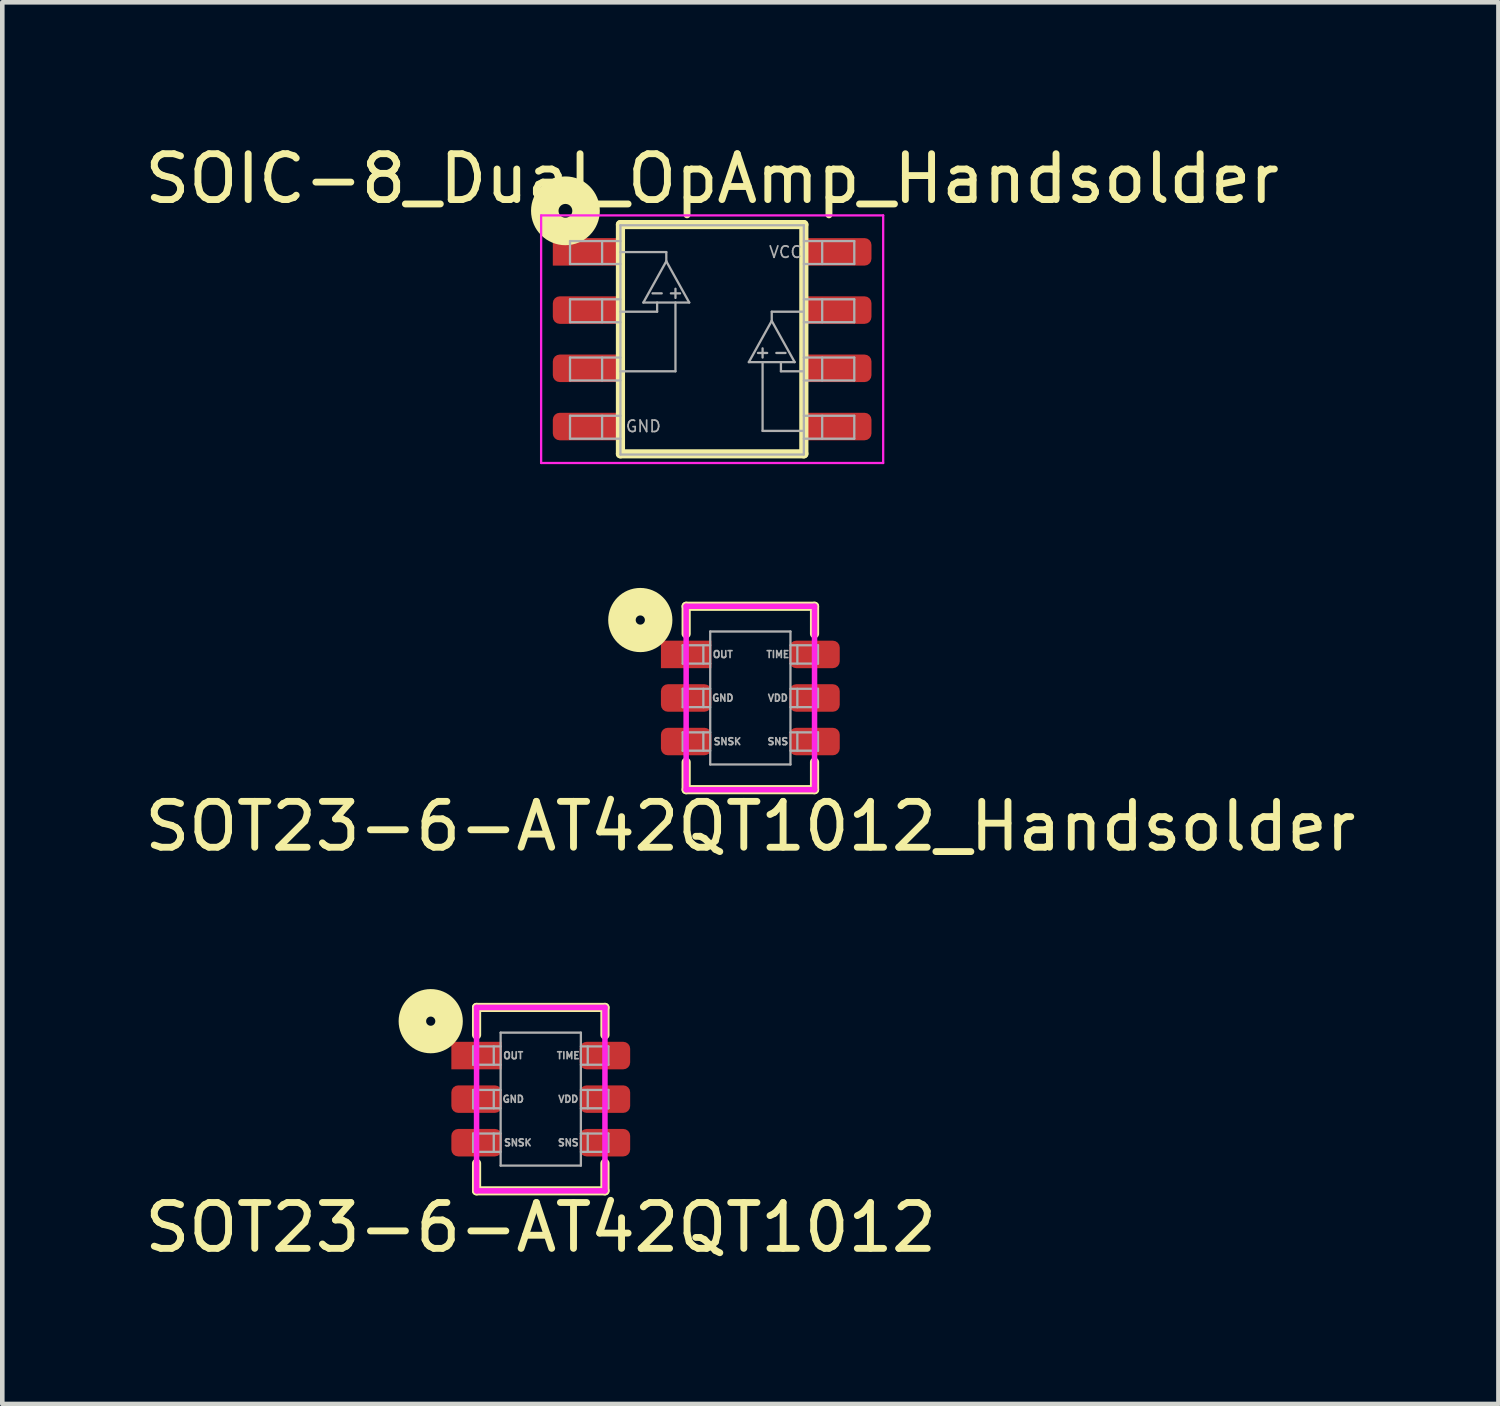
<source format=kicad_pcb>
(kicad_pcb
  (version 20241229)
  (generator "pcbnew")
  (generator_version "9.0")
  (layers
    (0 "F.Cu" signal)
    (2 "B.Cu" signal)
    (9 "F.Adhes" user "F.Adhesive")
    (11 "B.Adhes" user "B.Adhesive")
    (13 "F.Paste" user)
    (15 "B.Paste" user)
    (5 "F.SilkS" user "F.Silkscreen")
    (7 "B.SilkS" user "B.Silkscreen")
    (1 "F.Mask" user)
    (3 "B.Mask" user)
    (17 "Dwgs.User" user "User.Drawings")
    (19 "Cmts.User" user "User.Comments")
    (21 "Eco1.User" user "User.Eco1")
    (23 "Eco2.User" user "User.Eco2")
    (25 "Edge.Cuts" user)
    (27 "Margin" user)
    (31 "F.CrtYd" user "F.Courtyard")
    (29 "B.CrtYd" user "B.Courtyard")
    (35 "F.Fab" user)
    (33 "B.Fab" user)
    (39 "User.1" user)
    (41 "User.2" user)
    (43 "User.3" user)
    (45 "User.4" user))
  (footprint "SOT23-6-AT42QT1012_Handsolder"
    (layer "F.Cu")
    (at 13.315 12.173)
    (property "Reference" "SOT23-6-AT42QT1012_Handsolder" (at 0 2.8 0) (layer "F.SilkS") (effects (font (size 1 1) (thickness 0.15))))
    (attr through_hole)
    (fp_line (start -1.4 -2) (end -1.4 -1.4) (stroke (width 0.2) (type solid)) (layer "F.SilkS"))
    (fp_line (start -1.4 2) (end -1.4 1.4) (stroke (width 0.2) (type solid)) (layer "F.SilkS"))
    (fp_line (start -1.4 2) (end 1.4 2) (stroke (width 0.2) (type solid)) (layer "F.SilkS"))
    (fp_line (start 1.4 -2) (end -1.4 -2) (stroke (width 0.2) (type solid)) (layer "F.SilkS"))
    (fp_line (start 1.4 -2) (end 1.4 -1.4) (stroke (width 0.2) (type solid)) (layer "F.SilkS"))
    (fp_line (start 1.4 2) (end 1.4 1.4) (stroke (width 0.2) (type solid)) (layer "F.SilkS"))
    (fp_circle (center -2.4 -1.7) (end -2.3 -1.7) (stroke (width 0.6) (type solid)) (fill no) (layer "F.SilkS"))
    (fp_line (start -1.4 -2) (end -1.4 2) (stroke (width 0.12) (type solid)) (layer "F.CrtYd"))
    (fp_line (start -1.4 2) (end 1.4 2) (stroke (width 0.12) (type solid)) (layer "F.CrtYd"))
    (fp_line (start 1.4 -2) (end -1.4 -2) (stroke (width 0.12) (type solid)) (layer "F.CrtYd"))
    (fp_line (start 1.4 2) (end 1.4 -2) (stroke (width 0.12) (type solid)) (layer "F.CrtYd"))
    (fp_line (start -1.475 -0.2) (end -0.875 -0.2) (stroke (width 0.05) (type solid)) (layer "F.Fab"))
    (fp_line (start -1.475 0.2) (end -1.475 -0.2) (stroke (width 0.05) (type solid)) (layer "F.Fab"))
    (fp_line (start -1.475 0.75) (end -0.875 0.75) (stroke (width 0.05) (type solid)) (layer "F.Fab"))
    (fp_line (start -1.475 1.15) (end -1.475 0.75) (stroke (width 0.05) (type solid)) (layer "F.Fab"))
    (fp_line (start -1.475 -1.15) (end -0.875 -1.15) (stroke (width 0.05) (type solid)) (layer "F.Fab"))
    (fp_line (start -1.475 -0.75) (end -1.475 -1.15) (stroke (width 0.05) (type solid)) (layer "F.Fab"))
    (fp_line (start -1.025 -1.15) (end -1.025 -0.75) (stroke (width 0.05) (type solid)) (layer "F.Fab"))
    (fp_line (start -1.025 -0.2) (end -1.025 0.2) (stroke (width 0.05) (type solid)) (layer "F.Fab"))
    (fp_line (start -1.025 0.75) (end -1.025 1.15) (stroke (width 0.05) (type solid)) (layer "F.Fab"))
    (fp_line (start -0.875 -1.45) (end -0.875 1.45) (stroke (width 0.05) (type solid)) (layer "F.Fab"))
    (fp_line (start -0.875 -0.75) (end -1.475 -0.75) (stroke (width 0.05) (type solid)) (layer "F.Fab"))
    (fp_line (start -0.875 0.2) (end -1.475 0.2) (stroke (width 0.05) (type solid)) (layer "F.Fab"))
    (fp_line (start -0.875 1.15) (end -1.475 1.15) (stroke (width 0.05) (type solid)) (layer "F.Fab"))
    (fp_line (start -0.875 1.45) (end 0.875 1.45) (stroke (width 0.05) (type solid)) (layer "F.Fab"))
    (fp_line (start 0.875 -1.45) (end -0.875 -1.45) (stroke (width 0.05) (type solid)) (layer "F.Fab"))
    (fp_line (start 0.875 -0.75) (end 1.475 -0.75) (stroke (width 0.05) (type solid)) (layer "F.Fab"))
    (fp_line (start 0.875 0.2) (end 1.475 0.2) (stroke (width 0.05) (type solid)) (layer "F.Fab"))
    (fp_line (start 0.875 1.15) (end 1.475 1.15) (stroke (width 0.05) (type solid)) (layer "F.Fab"))
    (fp_line (start 0.875 1.45) (end 0.875 -1.45) (stroke (width 0.05) (type solid)) (layer "F.Fab"))
    (fp_line (start 1.025 -1.15) (end 1.025 -0.75) (stroke (width 0.05) (type solid)) (layer "F.Fab"))
    (fp_line (start 1.025 -0.2) (end 1.025 0.2) (stroke (width 0.05) (type solid)) (layer "F.Fab"))
    (fp_line (start 1.025 0.75) (end 1.025 1.15) (stroke (width 0.05) (type solid)) (layer "F.Fab"))
    (fp_line (start 1.475 -1.15) (end 0.875 -1.15) (stroke (width 0.05) (type solid)) (layer "F.Fab"))
    (fp_line (start 1.475 -0.75) (end 1.475 -1.15) (stroke (width 0.05) (type solid)) (layer "F.Fab"))
    (fp_line (start 1.475 -0.2) (end 0.875 -0.2) (stroke (width 0.05) (type solid)) (layer "F.Fab"))
    (fp_line (start 1.475 0.2) (end 1.475 -0.2) (stroke (width 0.05) (type solid)) (layer "F.Fab"))
    (fp_line (start 1.475 0.75) (end 0.875 0.75) (stroke (width 0.05) (type solid)) (layer "F.Fab"))
    (fp_line (start 1.475 1.15) (end 1.475 0.75) (stroke (width 0.05) (type solid)) (layer "F.Fab"))
    (fp_text user "OUT" (at -0.6 -0.95 0) (layer "F.Fab") (effects (font (size 0.15 0.15) (thickness 0.037))))
    (fp_text user "TIME" (at 0.6 -0.95 0) (layer "F.Fab") (effects (font (size 0.15 0.15) (thickness 0.037))))
    (fp_text user "SNS" (at 0.6 0.95 0) (layer "F.Fab") (effects (font (size 0.15 0.15) (thickness 0.037))))
    (fp_text user "VDD" (at 0.6 0 0) (layer "F.Fab") (effects (font (size 0.15 0.15) (thickness 0.037))))
    (fp_text user "GND" (at -0.6 0 0) (layer "F.Fab") (effects (font (size 0.15 0.15) (thickness 0.037))))
    (fp_text user "SNSK" (at -0.5 0.95 0) (layer "F.Fab") (effects (font (size 0.15 0.15) (thickness 0.037))))
    (pad "1" smd rect (at -1.4 -0.95) (size 1.1 0.6) (layers "F.Cu" "F.Mask" "F.Paste"))
    (pad "2" smd roundrect (at -1.4 0) (size 1.1 0.6) (layers "F.Cu" "F.Mask" "F.Paste") (roundrect_rratio 0.25))
    (pad "3" smd roundrect (at -1.4 0.95) (size 1.1 0.6) (layers "F.Cu" "F.Mask" "F.Paste") (roundrect_rratio 0.25))
    (pad "4" smd roundrect (at 1.4 0.95) (size 1.1 0.6) (layers "F.Cu" "F.Mask" "F.Paste") (roundrect_rratio 0.25))
    (pad "5" smd roundrect (at 1.4 0) (size 1.1 0.6) (layers "F.Cu" "F.Mask" "F.Paste") (roundrect_rratio 0.25))
    (pad "6" smd roundrect (at 1.4 -0.95) (size 1.1 0.6) (layers "F.Cu" "F.Mask" "F.Paste") (roundrect_rratio 0.25)))
  (footprint "SOT23-6-AT42QT1012"
    (layer "F.Cu")
    (at 8.744 20.922)
    (property "Reference" "SOT23-6-AT42QT1012" (at 0 2.8 0) (layer "F.SilkS") (effects (font (size 1 1) (thickness 0.15))))
    (attr through_hole)
    (fp_line (start -1.4 -2) (end -1.4 -1.4) (stroke (width 0.2) (type solid)) (layer "F.SilkS"))
    (fp_line (start -1.4 2) (end -1.4 1.4) (stroke (width 0.2) (type solid)) (layer "F.SilkS"))
    (fp_line (start -1.4 2) (end 1.4 2) (stroke (width 0.2) (type solid)) (layer "F.SilkS"))
    (fp_line (start 1.4 -2) (end -1.4 -2) (stroke (width 0.2) (type solid)) (layer "F.SilkS"))
    (fp_line (start 1.4 -2) (end 1.4 -1.4) (stroke (width 0.2) (type solid)) (layer "F.SilkS"))
    (fp_line (start 1.4 2) (end 1.4 1.4) (stroke (width 0.2) (type solid)) (layer "F.SilkS"))
    (fp_circle (center -2.4 -1.7) (end -2.3 -1.7) (stroke (width 0.6) (type solid)) (fill no) (layer "F.SilkS"))
    (fp_line (start -1.4 -2) (end -1.4 2) (stroke (width 0.12) (type solid)) (layer "F.CrtYd"))
    (fp_line (start -1.4 2) (end 1.4 2) (stroke (width 0.12) (type solid)) (layer "F.CrtYd"))
    (fp_line (start 1.4 -2) (end -1.4 -2) (stroke (width 0.12) (type solid)) (layer "F.CrtYd"))
    (fp_line (start 1.4 2) (end 1.4 -2) (stroke (width 0.12) (type solid)) (layer "F.CrtYd"))
    (fp_line (start -1.475 -0.2) (end -0.875 -0.2) (stroke (width 0.05) (type solid)) (layer "F.Fab"))
    (fp_line (start -1.475 0.2) (end -1.475 -0.2) (stroke (width 0.05) (type solid)) (layer "F.Fab"))
    (fp_line (start -1.475 0.75) (end -0.875 0.75) (stroke (width 0.05) (type solid)) (layer "F.Fab"))
    (fp_line (start -1.475 1.15) (end -1.475 0.75) (stroke (width 0.05) (type solid)) (layer "F.Fab"))
    (fp_line (start -1.475 -1.15) (end -0.875 -1.15) (stroke (width 0.05) (type solid)) (layer "F.Fab"))
    (fp_line (start -1.475 -0.75) (end -1.475 -1.15) (stroke (width 0.05) (type solid)) (layer "F.Fab"))
    (fp_line (start -1.025 -1.15) (end -1.025 -0.75) (stroke (width 0.05) (type solid)) (layer "F.Fab"))
    (fp_line (start -1.025 -0.2) (end -1.025 0.2) (stroke (width 0.05) (type solid)) (layer "F.Fab"))
    (fp_line (start -1.025 0.75) (end -1.025 1.15) (stroke (width 0.05) (type solid)) (layer "F.Fab"))
    (fp_line (start -0.875 -1.45) (end -0.875 1.45) (stroke (width 0.05) (type solid)) (layer "F.Fab"))
    (fp_line (start -0.875 -0.75) (end -1.475 -0.75) (stroke (width 0.05) (type solid)) (layer "F.Fab"))
    (fp_line (start -0.875 0.2) (end -1.475 0.2) (stroke (width 0.05) (type solid)) (layer "F.Fab"))
    (fp_line (start -0.875 1.15) (end -1.475 1.15) (stroke (width 0.05) (type solid)) (layer "F.Fab"))
    (fp_line (start -0.875 1.45) (end 0.875 1.45) (stroke (width 0.05) (type solid)) (layer "F.Fab"))
    (fp_line (start 0.875 -1.45) (end -0.875 -1.45) (stroke (width 0.05) (type solid)) (layer "F.Fab"))
    (fp_line (start 0.875 -0.75) (end 1.475 -0.75) (stroke (width 0.05) (type solid)) (layer "F.Fab"))
    (fp_line (start 0.875 0.2) (end 1.475 0.2) (stroke (width 0.05) (type solid)) (layer "F.Fab"))
    (fp_line (start 0.875 1.15) (end 1.475 1.15) (stroke (width 0.05) (type solid)) (layer "F.Fab"))
    (fp_line (start 0.875 1.45) (end 0.875 -1.45) (stroke (width 0.05) (type solid)) (layer "F.Fab"))
    (fp_line (start 1.025 -1.15) (end 1.025 -0.75) (stroke (width 0.05) (type solid)) (layer "F.Fab"))
    (fp_line (start 1.025 -0.2) (end 1.025 0.2) (stroke (width 0.05) (type solid)) (layer "F.Fab"))
    (fp_line (start 1.025 0.75) (end 1.025 1.15) (stroke (width 0.05) (type solid)) (layer "F.Fab"))
    (fp_line (start 1.475 -1.15) (end 0.875 -1.15) (stroke (width 0.05) (type solid)) (layer "F.Fab"))
    (fp_line (start 1.475 -0.75) (end 1.475 -1.15) (stroke (width 0.05) (type solid)) (layer "F.Fab"))
    (fp_line (start 1.475 -0.2) (end 0.875 -0.2) (stroke (width 0.05) (type solid)) (layer "F.Fab"))
    (fp_line (start 1.475 0.2) (end 1.475 -0.2) (stroke (width 0.05) (type solid)) (layer "F.Fab"))
    (fp_line (start 1.475 0.75) (end 0.875 0.75) (stroke (width 0.05) (type solid)) (layer "F.Fab"))
    (fp_line (start 1.475 1.15) (end 1.475 0.75) (stroke (width 0.05) (type solid)) (layer "F.Fab"))
    (fp_text user "GND" (at -0.6 0 0) (layer "F.Fab") (effects (font (size 0.15 0.15) (thickness 0.037))))
    (fp_text user "TIME" (at 0.6 -0.95 0) (layer "F.Fab") (effects (font (size 0.15 0.15) (thickness 0.037))))
    (fp_text user "SNSK" (at -0.5 0.95 0) (layer "F.Fab") (effects (font (size 0.15 0.15) (thickness 0.037))))
    (fp_text user "OUT" (at -0.6 -0.95 0) (layer "F.Fab") (effects (font (size 0.15 0.15) (thickness 0.037))))
    (fp_text user "VDD" (at 0.6 0 0) (layer "F.Fab") (effects (font (size 0.15 0.15) (thickness 0.037))))
    (fp_text user "SNS" (at 0.6 0.95 0) (layer "F.Fab") (effects (font (size 0.15 0.15) (thickness 0.037))))
    (pad "1" smd rect (at -1.4 -0.95) (size 1.1 0.6) (layers "F.Cu" "F.Mask" "F.Paste"))
    (pad "2" smd roundrect (at -1.4 0) (size 1.1 0.6) (layers "F.Cu" "F.Mask" "F.Paste") (roundrect_rratio 0.25))
    (pad "3" smd roundrect (at -1.4 0.95) (size 1.1 0.6) (layers "F.Cu" "F.Mask" "F.Paste") (roundrect_rratio 0.25))
    (pad "4" smd roundrect (at 1.4 0.95) (size 1.1 0.6) (layers "F.Cu" "F.Mask" "F.Paste") (roundrect_rratio 0.25))
    (pad "5" smd roundrect (at 1.4 0) (size 1.1 0.6) (layers "F.Cu" "F.Mask" "F.Paste") (roundrect_rratio 0.25))
    (pad "6" smd roundrect (at 1.4 -0.95) (size 1.1 0.6) (layers "F.Cu" "F.Mask" "F.Paste") (roundrect_rratio 0.25)))
  (footprint "SOIC-8_Dual_OpAmp_Handsolder"
    (layer "F.Cu")
    (at 12.482 4.348)
    (property "Reference" "SOIC-8_Dual_OpAmp_Handsolder" (at 0 -3.5 0) (layer "F.SilkS") (effects (font (size 1 1) (thickness 0.15))))
    (attr smd)
    (fp_line (start -2 -2.5) (end 2 -2.5) (stroke (width 0.2) (type solid)) (layer "F.SilkS"))
    (fp_line (start -2 2.5) (end -2 -2.5) (stroke (width 0.2) (type solid)) (layer "F.SilkS"))
    (fp_line (start 2 -2.5) (end 2 2.5) (stroke (width 0.2) (type solid)) (layer "F.SilkS"))
    (fp_line (start 2 2.5) (end -2 2.5) (stroke (width 0.2) (type solid)) (layer "F.SilkS"))
    (fp_circle (center -3.2 -2.8) (end -3.05 -2.8) (stroke (width 0.6) (type solid)) (fill no) (layer "F.SilkS"))
    (fp_line (start -3.73 -2.7) (end -3.73 2.7) (stroke (width 0.05) (type solid)) (layer "F.CrtYd"))
    (fp_line (start -3.73 -2.7) (end 3.73 -2.7) (stroke (width 0.05) (type solid)) (layer "F.CrtYd"))
    (fp_line (start -3.73 2.7) (end 3.73 2.7) (stroke (width 0.05) (type solid)) (layer "F.CrtYd"))
    (fp_line (start 3.73 -2.7) (end 3.73 2.7) (stroke (width 0.05) (type solid)) (layer "F.CrtYd"))
    (fp_line (start -3.1 -0.37) (end -2 -0.37) (stroke (width 0.05) (type solid)) (layer "F.Fab"))
    (fp_line (start -3.1 0.4) (end -3.1 0.9) (stroke (width 0.05) (type solid)) (layer "F.Fab"))
    (fp_line (start -3.1 0.9) (end -2 0.9) (stroke (width 0.05) (type solid)) (layer "F.Fab"))
    (fp_line (start -3.1 1.67) (end -3.1 2.17) (stroke (width 0.05) (type solid)) (layer "F.Fab"))
    (fp_line (start -3.1 2.17) (end -2 2.17) (stroke (width 0.05) (type solid)) (layer "F.Fab"))
    (fp_line (start -3.1 -2.14) (end -3.1 -1.64) (stroke (width 0.05) (type solid)) (layer "F.Fab"))
    (fp_line (start -3.1 -1.64) (end -2 -1.64) (stroke (width 0.05) (type solid)) (layer "F.Fab"))
    (fp_line (start -3.1 -0.87) (end -3.1 -0.37) (stroke (width 0.05) (type solid)) (layer "F.Fab"))
    (fp_line (start -2.4 -2.14) (end -2.4 -1.64) (stroke (width 0.05) (type solid)) (layer "F.Fab"))
    (fp_line (start -2.4 -0.87) (end -2.4 -0.37) (stroke (width 0.05) (type solid)) (layer "F.Fab"))
    (fp_line (start -2.4 0.4) (end -2.4 0.9) (stroke (width 0.05) (type solid)) (layer "F.Fab"))
    (fp_line (start -2.4 1.67) (end -2.4 2.17) (stroke (width 0.05) (type solid)) (layer "F.Fab"))
    (fp_line (start -2 -2.485) (end -2 2.515) (stroke (width 0.05) (type solid)) (layer "F.Fab"))
    (fp_line (start -2 -1.9) (end -1 -1.9) (stroke (width 0.05) (type solid)) (layer "F.Fab"))
    (fp_line (start -2 -0.87) (end -3.1 -0.87) (stroke (width 0.05) (type solid)) (layer "F.Fab"))
    (fp_line (start -2 -0.6) (end -1.2 -0.6) (stroke (width 0.05) (type solid)) (layer "F.Fab"))
    (fp_line (start -2 0.4) (end -3.1 0.4) (stroke (width 0.05) (type solid)) (layer "F.Fab"))
    (fp_line (start -2 1.67) (end -3.1 1.67) (stroke (width 0.05) (type solid)) (layer "F.Fab"))
    (fp_line (start -2 2.515) (end 2 2.515) (stroke (width 0.05) (type solid)) (layer "F.Fab"))
    (fp_line (start -2 -2.14) (end -3.1 -2.14) (stroke (width 0.05) (type solid)) (layer "F.Fab"))
    (fp_line (start -1.5 -0.8) (end -1 -1.7) (stroke (width 0.05) (type solid)) (layer "F.Fab"))
    (fp_line (start -1.3 -1) (end -1.1 -1) (stroke (width 0.05) (type solid)) (layer "F.Fab"))
    (fp_line (start -1.2 -0.6) (end -1.2 -0.8) (stroke (width 0.05) (type solid)) (layer "F.Fab"))
    (fp_line (start -1 -1.9) (end -1 -1.7) (stroke (width 0.05) (type solid)) (layer "F.Fab"))
    (fp_line (start -1 -1.7) (end -0.5 -0.8) (stroke (width 0.05) (type solid)) (layer "F.Fab"))
    (fp_line (start -0.9 -1) (end -0.7 -1) (stroke (width 0.05) (type solid)) (layer "F.Fab"))
    (fp_line (start -0.8 -1.1) (end -0.8 -0.9) (stroke (width 0.05) (type solid)) (layer "F.Fab"))
    (fp_line (start -0.8 -0.8) (end -0.8 0.7) (stroke (width 0.05) (type solid)) (layer "F.Fab"))
    (fp_line (start -0.8 0.7) (end -2 0.7) (stroke (width 0.05) (type solid)) (layer "F.Fab"))
    (fp_line (start -0.5 -0.8) (end -1.5 -0.8) (stroke (width 0.05) (type solid)) (layer "F.Fab"))
    (fp_line (start 0.8 0.5) (end 1.3 -0.4) (stroke (width 0.05) (type solid)) (layer "F.Fab"))
    (fp_line (start 1 0.3) (end 1.2 0.3) (stroke (width 0.05) (type solid)) (layer "F.Fab"))
    (fp_line (start 1.1 0.2) (end 1.1 0.4) (stroke (width 0.05) (type solid)) (layer "F.Fab"))
    (fp_line (start 1.1 0.5) (end 1.1 2) (stroke (width 0.05) (type solid)) (layer "F.Fab"))
    (fp_line (start 1.3 -0.6) (end 1.3 -0.4) (stroke (width 0.05) (type solid)) (layer "F.Fab"))
    (fp_line (start 1.3 -0.4) (end 1.8 0.5) (stroke (width 0.05) (type solid)) (layer "F.Fab"))
    (fp_line (start 1.4 0.3) (end 1.6 0.3) (stroke (width 0.05) (type solid)) (layer "F.Fab"))
    (fp_line (start 1.5 0.7) (end 1.5 0.5) (stroke (width 0.05) (type solid)) (layer "F.Fab"))
    (fp_line (start 1.8 0.5) (end 0.8 0.5) (stroke (width 0.05) (type solid)) (layer "F.Fab"))
    (fp_line (start 2 -2.485) (end -2 -2.485) (stroke (width 0.05) (type solid)) (layer "F.Fab"))
    (fp_line (start 2 -2.14) (end 3.1 -2.14) (stroke (width 0.05) (type solid)) (layer "F.Fab"))
    (fp_line (start 2 -0.87) (end 3.1 -0.87) (stroke (width 0.05) (type solid)) (layer "F.Fab"))
    (fp_line (start 2 -0.6) (end 1.3 -0.6) (stroke (width 0.05) (type solid)) (layer "F.Fab"))
    (fp_line (start 2 0.4) (end 3.1 0.4) (stroke (width 0.05) (type solid)) (layer "F.Fab"))
    (fp_line (start 2 0.7) (end 1.5 0.7) (stroke (width 0.05) (type solid)) (layer "F.Fab"))
    (fp_line (start 2 1.67) (end 3.1 1.67) (stroke (width 0.05) (type solid)) (layer "F.Fab"))
    (fp_line (start 2 2) (end 1.1 2) (stroke (width 0.05) (type solid)) (layer "F.Fab"))
    (fp_line (start 2 2.515) (end 2 -2.485) (stroke (width 0.05) (type solid)) (layer "F.Fab"))
    (fp_line (start 2.4 -2.14) (end 2.4 -1.64) (stroke (width 0.05) (type solid)) (layer "F.Fab"))
    (fp_line (start 2.4 -0.87) (end 2.4 -0.37) (stroke (width 0.05) (type solid)) (layer "F.Fab"))
    (fp_line (start 2.4 0.4) (end 2.4 0.9) (stroke (width 0.05) (type solid)) (layer "F.Fab"))
    (fp_line (start 2.4 1.67) (end 2.4 2.17) (stroke (width 0.05) (type solid)) (layer "F.Fab"))
    (fp_line (start 3.1 -2.14) (end 3.1 -1.64) (stroke (width 0.05) (type solid)) (layer "F.Fab"))
    (fp_line (start 3.1 -1.64) (end 2 -1.64) (stroke (width 0.05) (type solid)) (layer "F.Fab"))
    (fp_line (start 3.1 -0.87) (end 3.1 -0.37) (stroke (width 0.05) (type solid)) (layer "F.Fab"))
    (fp_line (start 3.1 -0.37) (end 2 -0.37) (stroke (width 0.05) (type solid)) (layer "F.Fab"))
    (fp_line (start 3.1 0.4) (end 3.1 0.9) (stroke (width 0.05) (type solid)) (layer "F.Fab"))
    (fp_line (start 3.1 0.9) (end 2 0.9) (stroke (width 0.05) (type solid)) (layer "F.Fab"))
    (fp_line (start 3.1 1.67) (end 3.1 2.17) (stroke (width 0.05) (type solid)) (layer "F.Fab"))
    (fp_line (start 3.1 2.17) (end 2 2.17) (stroke (width 0.05) (type solid)) (layer "F.Fab"))
    (fp_text user "GND" (at -1.5 1.9 0) (layer "F.Fab") (effects (font (size 0.25 0.25) (thickness 0.037))))
    (fp_text user "VCC" (at 1.6 -1.9 0) (layer "F.Fab") (effects (font (size 0.25 0.25) (thickness 0.037))))
    (pad "1" smd rect (at -2.7 -1.905) (size 1.55 0.6) (layers "F.Cu" "F.Mask" "F.Paste"))
    (pad "2" smd roundrect (at -2.7 -0.635) (size 1.55 0.6) (layers "F.Cu" "F.Mask" "F.Paste") (roundrect_rratio 0.25))
    (pad "3" smd roundrect (at -2.7 0.635) (size 1.55 0.6) (layers "F.Cu" "F.Mask" "F.Paste") (roundrect_rratio 0.25))
    (pad "4" smd roundrect (at -2.7 1.905) (size 1.55 0.6) (layers "F.Cu" "F.Mask" "F.Paste") (roundrect_rratio 0.25))
    (pad "5" smd roundrect (at 2.7 1.905) (size 1.55 0.6) (layers "F.Cu" "F.Mask" "F.Paste") (roundrect_rratio 0.25))
    (pad "6" smd roundrect (at 2.7 0.635) (size 1.55 0.6) (layers "F.Cu" "F.Mask" "F.Paste") (roundrect_rratio 0.25))
    (pad "7" smd roundrect (at 2.7 -0.635) (size 1.55 0.6) (layers "F.Cu" "F.Mask" "F.Paste") (roundrect_rratio 0.25))
    (pad "8" smd roundrect (at 2.7 -1.905) (size 1.55 0.6) (layers "F.Cu" "F.Mask" "F.Paste") (roundrect_rratio 0.25)))
  (gr_rect
    (start -3 -3)
    (end 29.631 27.57)
    (stroke (width 0.1) (type default))
    (fill no)
    (layer "Edge.Cuts")))
</source>
